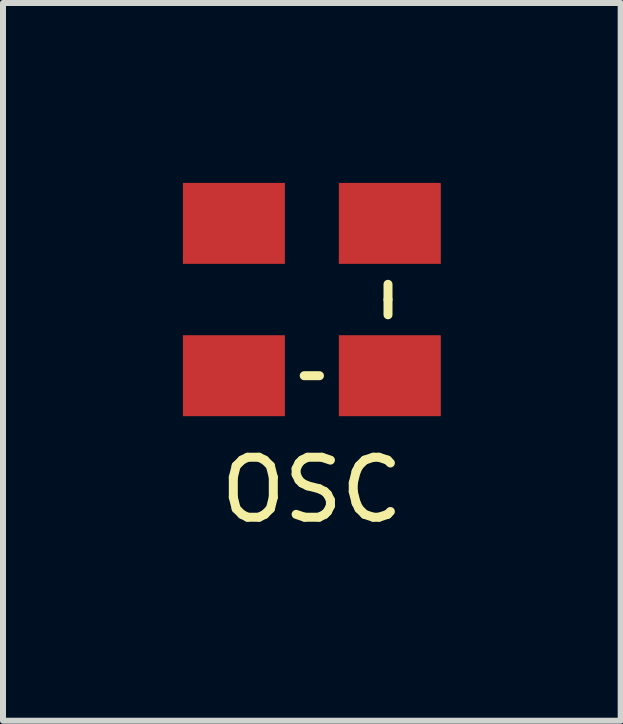
<source format=kicad_pcb>
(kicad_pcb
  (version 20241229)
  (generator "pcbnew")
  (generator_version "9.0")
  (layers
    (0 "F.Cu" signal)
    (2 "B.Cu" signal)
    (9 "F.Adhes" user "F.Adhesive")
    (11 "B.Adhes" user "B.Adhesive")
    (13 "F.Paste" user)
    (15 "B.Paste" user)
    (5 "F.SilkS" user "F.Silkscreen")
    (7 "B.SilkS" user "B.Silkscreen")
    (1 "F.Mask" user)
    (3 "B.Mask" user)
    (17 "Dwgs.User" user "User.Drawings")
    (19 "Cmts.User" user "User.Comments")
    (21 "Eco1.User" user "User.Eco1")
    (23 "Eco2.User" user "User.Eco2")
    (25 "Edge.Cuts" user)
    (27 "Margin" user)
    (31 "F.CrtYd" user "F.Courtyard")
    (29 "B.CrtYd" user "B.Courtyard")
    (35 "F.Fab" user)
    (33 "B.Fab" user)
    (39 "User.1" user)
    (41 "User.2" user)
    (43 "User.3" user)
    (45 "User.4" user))
  (footprint "OSC"
    (layer "F.Cu")
    (at 2.15 1.945)
    (property "Reference" "OSC" (at 0 3.175 0) (layer "F.SilkS") (effects (font (size 1 1) (thickness 0.15))))
    (attr through_hole)
    (fp_line (start -0.127 1.27) (end 0.127 1.27) (stroke (width 0.15) (type solid)) (layer "F.SilkS"))
    (fp_line (start 1.27 0) (end 1.27 -0.254) (stroke (width 0.15) (type solid)) (layer "F.SilkS"))
    (fp_line (start 1.27 0) (end 1.27 0.254) (stroke (width 0.15) (type solid)) (layer "F.SilkS"))
    (pad "1" smd rect (at -1.3 -1.27) (size 1.7 1.35) (layers "F.Cu" "F.Mask" "F.Paste"))
    (pad "2" smd rect (at -1.3 1.27) (size 1.7 1.35) (layers "F.Cu" "F.Mask" "F.Paste"))
    (pad "3" smd rect (at 1.3 1.27) (size 1.7 1.35) (layers "F.Cu" "F.Mask" "F.Paste"))
    (pad "4" smd rect (at 1.3 -1.27) (size 1.7 1.35) (layers "F.Cu" "F.Mask" "F.Paste")))
  (gr_rect
    (start -3 -3)
    (end 7.3 8.968)
    (stroke (width 0.1) (type default))
    (fill no)
    (layer "Edge.Cuts")))
</source>
